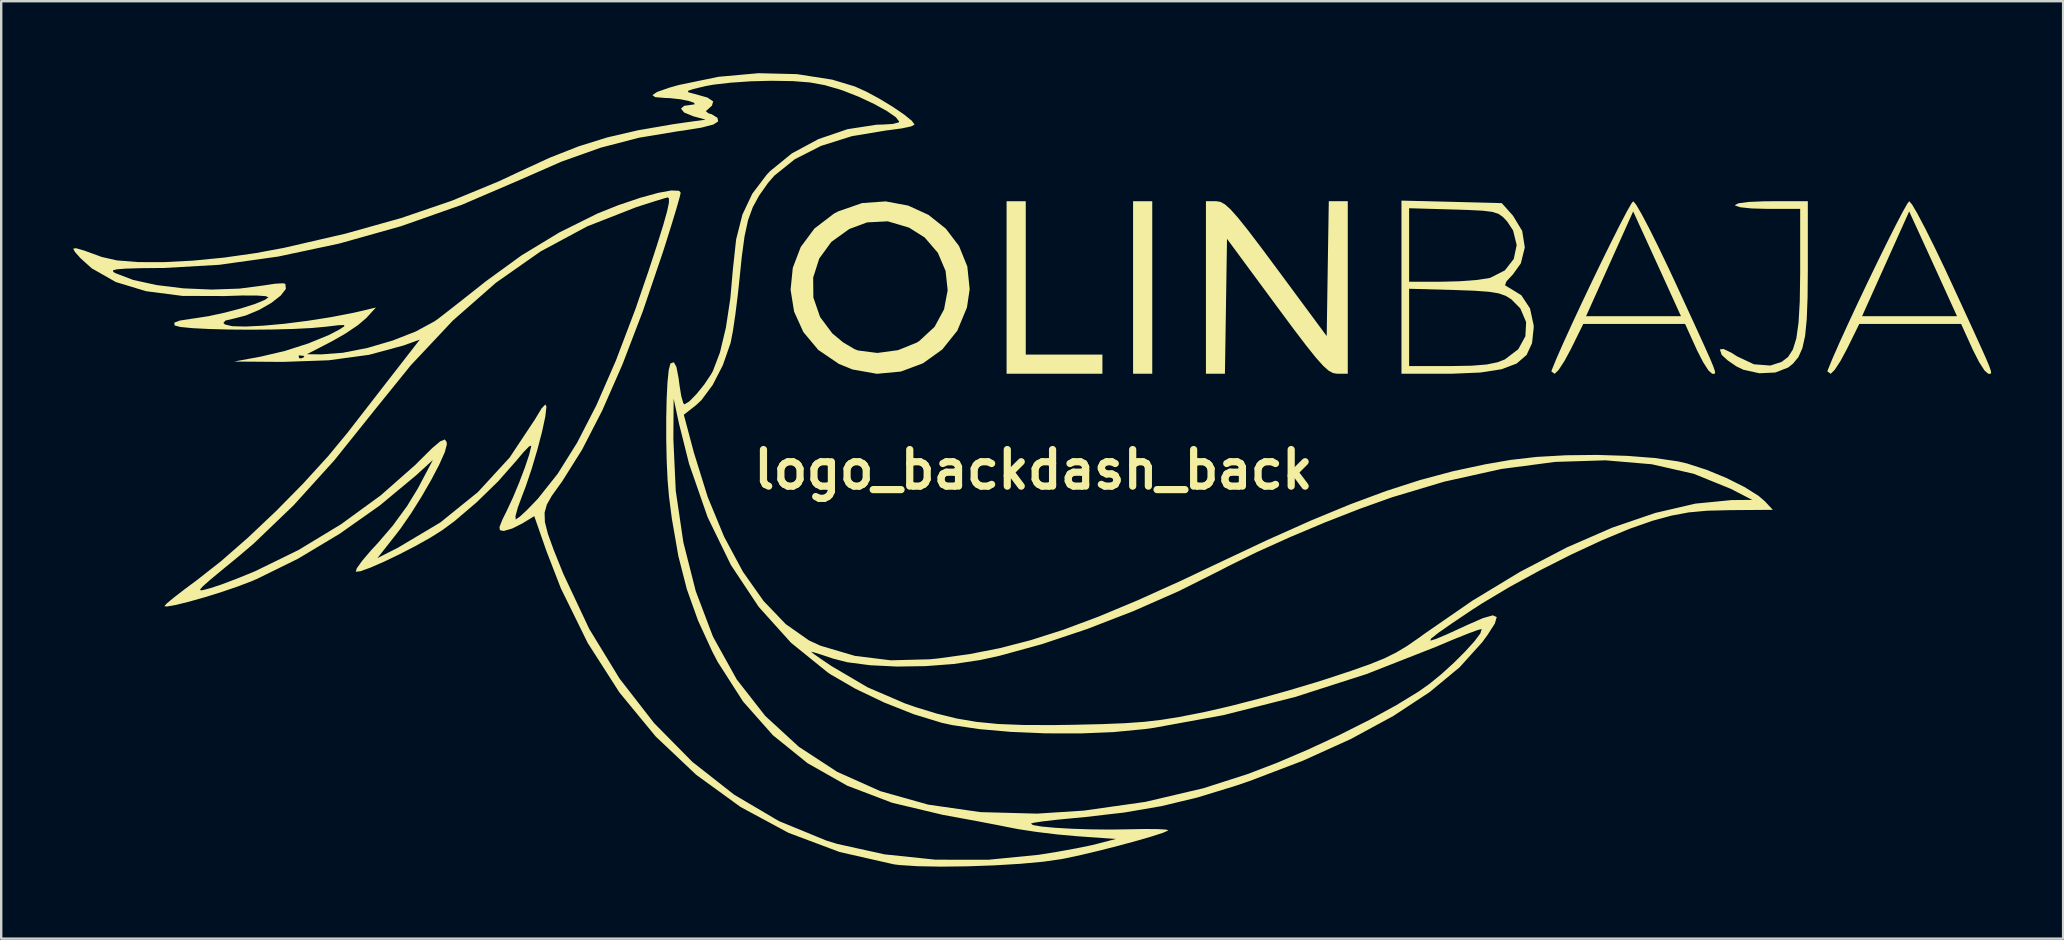
<source format=kicad_pcb>
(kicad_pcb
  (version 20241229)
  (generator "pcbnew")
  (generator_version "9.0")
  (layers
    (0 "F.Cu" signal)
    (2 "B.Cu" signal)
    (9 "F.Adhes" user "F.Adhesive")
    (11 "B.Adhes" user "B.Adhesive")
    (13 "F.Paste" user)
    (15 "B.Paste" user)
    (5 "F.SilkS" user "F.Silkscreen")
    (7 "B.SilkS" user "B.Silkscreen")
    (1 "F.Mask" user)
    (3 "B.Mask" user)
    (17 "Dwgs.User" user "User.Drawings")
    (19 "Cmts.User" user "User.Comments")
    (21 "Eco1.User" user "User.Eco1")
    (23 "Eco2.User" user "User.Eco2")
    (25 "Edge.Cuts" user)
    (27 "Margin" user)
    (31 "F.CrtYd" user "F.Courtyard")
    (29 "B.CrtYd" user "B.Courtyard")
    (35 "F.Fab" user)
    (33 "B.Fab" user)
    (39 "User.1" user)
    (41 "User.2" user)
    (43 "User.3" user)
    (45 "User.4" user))
  (footprint "logo_backdash_back"
    (layer "F.Cu")
    (at 40.011 16.517)
    (property "Reference" "logo_backdash_back" (at 0 0 0) (layer "F.SilkS") (effects (font (size 1.524 1.524) (thickness 0.3))))
    (attr through_hole)
    (fp_poly (pts (xy 4.952 -3.994) (xy 4.153 -3.994) (xy 4.153 -11.182) (xy 4.952 -11.182)) (stroke (width 0) (type solid)) (fill yes) (layer "F.SilkS"))
    (fp_poly (pts (xy -0.319 -4.792) (xy 2.875 -4.792) (xy 2.875 -3.994) (xy -1.118 -3.994) (xy -1.118 -11.182) (xy -0.319 -11.182)) (stroke (width 0) (type solid)) (fill yes) (layer "F.SilkS"))
    (fp_poly (pts (xy 13.099 -3.994) (xy 12.656 -3.994) (xy 12.49 -4.02) (xy 12.305 -4.119) (xy 12.075 -4.323) (xy 11.772 -4.662) (xy 11.367 -5.168) (xy 10.832 -5.871) (xy 10.14 -6.804) (xy 10.14 -6.804) (xy 8.067 -9.615) (xy 7.98 -3.994) (xy 7.189 -3.994) (xy 7.189 -11.182) (xy 7.628 -11.182) (xy 7.794 -11.155) (xy 7.98 -11.052) (xy 8.213 -10.843) (xy 8.522 -10.497) (xy 8.934 -9.983) (xy 9.477 -9.269) (xy 10.144 -8.372) (xy 12.221 -5.563) (xy 12.264 -8.373) (xy 12.308 -11.182) (xy 13.099 -11.182)) (stroke (width 0) (type solid)) (fill yes) (layer "F.SilkS"))
    (fp_poly (pts (xy 32.269 -8.382) (xy 32.259 -7.184) (xy 32.224 -6.261) (xy 32.155 -5.567) (xy 32.042 -5.058) (xy 31.877 -4.688) (xy 31.651 -4.414) (xy 31.452 -4.254) (xy 30.916 -4.045) (xy 30.25 -4.014) (xy 29.589 -4.158) (xy 29.291 -4.301) (xy 28.927 -4.552) (xy 28.692 -4.768) (xy 28.676 -4.79) (xy 28.603 -5.006) (xy 28.755 -5.027) (xy 29.105 -4.857) (xy 29.317 -4.72) (xy 30.022 -4.388) (xy 30.707 -4.335) (xy 31.175 -4.486) (xy 31.444 -4.69) (xy 31.646 -5.004) (xy 31.79 -5.467) (xy 31.882 -6.121) (xy 31.933 -7.008) (xy 31.95 -8.168) (xy 31.95 -8.302) (xy 31.95 -10.863) (xy 30.592 -10.863) (xy 29.931 -10.881) (xy 29.462 -10.929) (xy 29.243 -11.002) (xy 29.234 -11.023) (xy 29.385 -11.098) (xy 29.807 -11.152) (xy 30.449 -11.18) (xy 30.752 -11.182) (xy 32.269 -11.182)) (stroke (width 0) (type solid)) (fill yes) (layer "F.SilkS"))
    (fp_poly (pts (xy 25.112 -11.043) (xy 25.34 -10.653) (xy 25.657 -10.052) (xy 26.041 -9.281) (xy 26.473 -8.38) (xy 26.749 -7.788) (xy 27.278 -6.638) (xy 27.688 -5.747) (xy 27.991 -5.081) (xy 28.202 -4.608) (xy 28.332 -4.295) (xy 28.396 -4.109) (xy 28.406 -4.019) (xy 28.375 -3.991) (xy 28.317 -3.992) (xy 28.283 -3.994) (xy 28.129 -4.129) (xy 27.901 -4.485) (xy 27.645 -4.987) (xy 27.625 -5.032) (xy 27.154 -6.07) (xy 22.913 -6.07) (xy 22.401 -5.032) (xy 22.128 -4.525) (xy 21.887 -4.155) (xy 21.724 -3.995) (xy 21.714 -3.994) (xy 21.585 -4.088) (xy 21.593 -4.134) (xy 21.79 -4.616) (xy 22.078 -5.271) (xy 22.434 -6.052) (xy 22.592 -6.39) (xy 23.028 -6.39) (xy 26.984 -6.39) (xy 26.53 -7.388) (xy 26.227 -8.055) (xy 25.868 -8.842) (xy 25.534 -9.572) (xy 24.991 -10.757) (xy 23.028 -6.39) (xy 22.592 -6.39) (xy 22.835 -6.912) (xy 23.259 -7.804) (xy 23.682 -8.68) (xy 24.083 -9.494) (xy 24.437 -10.197) (xy 24.723 -10.744) (xy 24.918 -11.087) (xy 24.993 -11.182)) (stroke (width 0) (type solid)) (fill yes) (layer "F.SilkS"))
    (fp_poly (pts (xy 36.614 -11.043) (xy 36.842 -10.653) (xy 37.158 -10.052) (xy 37.543 -9.281) (xy 37.975 -8.38) (xy 38.25 -7.788) (xy 38.78 -6.638) (xy 39.19 -5.747) (xy 39.493 -5.081) (xy 39.704 -4.608) (xy 39.834 -4.295) (xy 39.897 -4.109) (xy 39.907 -4.019) (xy 39.877 -3.991) (xy 39.819 -3.992) (xy 39.784 -3.994) (xy 39.631 -4.129) (xy 39.403 -4.485) (xy 39.147 -4.987) (xy 39.127 -5.032) (xy 38.656 -6.07) (xy 34.414 -6.07) (xy 33.902 -5.032) (xy 33.63 -4.525) (xy 33.388 -4.155) (xy 33.226 -3.995) (xy 33.216 -3.994) (xy 33.087 -4.088) (xy 33.095 -4.134) (xy 33.292 -4.616) (xy 33.58 -5.271) (xy 33.936 -6.052) (xy 34.094 -6.39) (xy 34.529 -6.39) (xy 38.486 -6.39) (xy 38.032 -7.388) (xy 37.729 -8.055) (xy 37.37 -8.842) (xy 37.036 -9.572) (xy 36.492 -10.757) (xy 34.529 -6.39) (xy 34.094 -6.39) (xy 34.337 -6.912) (xy 34.761 -7.804) (xy 35.184 -8.68) (xy 35.585 -9.494) (xy 35.939 -10.197) (xy 36.225 -10.744) (xy 36.42 -11.087) (xy 36.495 -11.182)) (stroke (width 0) (type solid)) (fill yes) (layer "F.SilkS"))
    (fp_poly (pts (xy -5.219 -11.001) (xy -4.372 -10.613) (xy -3.652 -10.041) (xy -3.099 -9.315) (xy -2.754 -8.463) (xy -2.656 -7.516) (xy -2.769 -6.755) (xy -3.171 -5.788) (xy -3.798 -5.005) (xy -4.599 -4.43) (xy -5.523 -4.085) (xy -6.521 -3.991) (xy -7.541 -4.172) (xy -8.103 -4.401) (xy -8.964 -4.986) (xy -9.587 -5.731) (xy -9.972 -6.583) (xy -10.118 -7.492) (xy -10.067 -8.002) (xy -9.177 -8.002) (xy -9.169 -7.169) (xy -8.889 -6.357) (xy -8.379 -5.674) (xy -7.932 -5.303) (xy -7.463 -5.024) (xy -7.307 -4.963) (xy -6.502 -4.86) (xy -5.637 -4.977) (xy -4.857 -5.293) (xy -4.762 -5.353) (xy -4.118 -5.949) (xy -3.724 -6.676) (xy -3.573 -7.473) (xy -3.66 -8.279) (xy -3.981 -9.032) (xy -4.529 -9.67) (xy -5.179 -10.081) (xy -6.069 -10.345) (xy -6.932 -10.3) (xy -7.673 -10.024) (xy -8.42 -9.488) (xy -8.924 -8.794) (xy -9.177 -8.002) (xy -10.067 -8.002) (xy -10.027 -8.406) (xy -9.696 -9.273) (xy -9.127 -10.042) (xy -8.319 -10.661) (xy -8.13 -10.761) (xy -7.138 -11.105) (xy -6.155 -11.175)) (stroke (width 0) (type solid)) (fill yes) (layer "F.SilkS"))
    (fp_poly (pts (xy 19.516 -11.103) (xy 19.982 -10.581) (xy 20.367 -9.945) (xy 20.476 -9.257) (xy 20.311 -8.595) (xy 19.986 -8.14) (xy 19.71 -7.841) (xy 19.651 -7.682) (xy 19.786 -7.595) (xy 19.801 -7.591) (xy 20.33 -7.265) (xy 20.693 -6.715) (xy 20.845 -6.011) (xy 20.847 -5.915) (xy 20.778 -5.27) (xy 20.551 -4.777) (xy 20.136 -4.419) (xy 19.503 -4.18) (xy 18.623 -4.044) (xy 17.464 -3.995) (xy 17.258 -3.994) (xy 15.336 -3.994) (xy 15.336 -4.313) (xy 15.655 -4.313) (xy 17.373 -4.313) (xy 18.253 -4.328) (xy 18.887 -4.379) (xy 19.346 -4.473) (xy 19.649 -4.593) (xy 20.203 -5.015) (xy 20.5 -5.556) (xy 20.531 -6.145) (xy 20.29 -6.714) (xy 19.916 -7.093) (xy 19.678 -7.241) (xy 19.385 -7.343) (xy 18.971 -7.41) (xy 18.369 -7.453) (xy 17.561 -7.482) (xy 15.655 -7.535) (xy 15.655 -4.313) (xy 15.336 -4.313) (xy 15.336 -7.828) (xy 15.655 -7.828) (xy 17.053 -7.829) (xy 17.774 -7.848) (xy 18.447 -7.899) (xy 18.953 -7.972) (xy 19.045 -7.995) (xy 19.645 -8.301) (xy 20.016 -8.778) (xy 20.137 -9.357) (xy 19.987 -9.966) (xy 19.743 -10.335) (xy 19.564 -10.527) (xy 19.377 -10.657) (xy 19.116 -10.739) (xy 18.714 -10.788) (xy 18.107 -10.818) (xy 17.507 -10.837) (xy 15.655 -10.89) (xy 15.655 -7.828) (xy 15.336 -7.828) (xy 15.336 -11.208)) (stroke (width 0) (type solid)) (fill yes) (layer "F.SilkS"))
    (fp_poly (pts (xy -9.855 -16.478) (xy -8.385 -16.249) (xy -7.443 -15.965) (xy -6.959 -15.747) (xy -6.406 -15.448) (xy -5.858 -15.115) (xy -5.384 -14.792) (xy -5.059 -14.526) (xy -4.952 -14.374) (xy -5.098 -14.299) (xy -5.484 -14.217) (xy -6.03 -14.143) (xy -6.11 -14.135) (xy -7.557 -13.895) (xy -8.849 -13.488) (xy -9.943 -12.932) (xy -10.795 -12.248) (xy -11.064 -11.936) (xy -11.427 -11.422) (xy -11.695 -10.931) (xy -11.891 -10.391) (xy -12.035 -9.728) (xy -12.152 -8.868) (xy -12.226 -8.145) (xy -12.318 -7.274) (xy -12.421 -6.453) (xy -12.523 -5.768) (xy -12.612 -5.305) (xy -12.623 -5.262) (xy -12.941 -4.349) (xy -13.363 -3.528) (xy -13.836 -2.891) (xy -14.067 -2.676) (xy -14.567 -2.285) (xy -14.146 -0.703) (xy -13.572 1.141) (xy -12.886 2.802) (xy -12.105 4.255) (xy -11.244 5.476) (xy -10.32 6.439) (xy -9.349 7.12) (xy -8.866 7.342) (xy -7.436 7.763) (xy -5.945 7.947) (xy -4.315 7.904) (xy -3.952 7.867) (xy -2.669 7.69) (xy -1.405 7.442) (xy -0.116 7.109) (xy 1.239 6.677) (xy 2.705 6.13) (xy 4.324 5.455) (xy 6.139 4.637) (xy 7.668 3.913) (xy 9.723 2.945) (xy 11.55 2.129) (xy 13.194 1.45) (xy 14.699 0.891) (xy 16.111 0.436) (xy 17.472 0.071) (xy 18.828 -0.22) (xy 19.882 -0.403) (xy 20.967 -0.528) (xy 22.194 -0.597) (xy 23.479 -0.611) (xy 24.74 -0.572) (xy 25.894 -0.482) (xy 26.856 -0.342) (xy 27.237 -0.254) (xy 28.054 0.011) (xy 28.881 0.352) (xy 29.629 0.727) (xy 30.214 1.093) (xy 30.468 1.311) (xy 30.812 1.677) (xy 29.024 1.69) (xy 28.071 1.714) (xy 27.304 1.784) (xy 26.59 1.918) (xy 25.799 2.132) (xy 24.83 2.471) (xy 23.674 2.953) (xy 22.407 3.542) (xy 21.105 4.2) (xy 19.845 4.888) (xy 18.702 5.571) (xy 18.291 5.836) (xy 17.45 6.4) (xy 16.878 6.799) (xy 16.573 7.04) (xy 16.533 7.127) (xy 16.756 7.065) (xy 17.24 6.861) (xy 17.983 6.519) (xy 18.052 6.487) (xy 18.728 6.191) (xy 19.143 6.073) (xy 19.306 6.145) (xy 19.227 6.417) (xy 18.916 6.901) (xy 18.698 7.198) (xy 17.758 8.239) (xy 16.519 9.265) (xy 15.003 10.264) (xy 13.232 11.224) (xy 11.225 12.133) (xy 9.004 12.979) (xy 8.387 13.189) (xy 6.839 13.662) (xy 5.348 14.021) (xy 3.799 14.288) (xy 2.073 14.488) (xy 1.704 14.521) (xy 0.994 14.589) (xy 0.41 14.656) (xy 0.021 14.714) (xy -0.105 14.749) (xy -0.02 14.812) (xy 0.328 14.872) (xy 0.881 14.924) (xy 1.58 14.965) (xy 2.369 14.991) (xy 3.191 15) (xy 3.946 14.989) (xy 4.646 14.976) (xy 5.196 14.981) (xy 5.54 15.002) (xy 5.624 15.035) (xy 5.405 15.133) (xy 4.941 15.283) (xy 4.301 15.469) (xy 3.552 15.672) (xy 2.761 15.874) (xy 1.996 16.056) (xy 1.324 16.201) (xy 1.16 16.232) (xy 0.407 16.34) (xy -0.552 16.427) (xy -1.637 16.492) (xy -2.764 16.532) (xy -3.853 16.545) (xy -4.821 16.527) (xy -5.586 16.478) (xy -5.817 16.448) (xy -8.072 15.936) (xy -10.205 15.136) (xy -12.203 14.059) (xy -14.051 12.718) (xy -15.737 11.124) (xy -17.248 9.29) (xy -18.571 7.226) (xy -19.691 4.947) (xy -20.29 3.399) (xy -20.799 1.941) (xy -21.302 2.248) (xy -21.714 2.454) (xy -22.057 2.554) (xy -22.088 2.555) (xy -22.231 2.526) (xy -22.248 2.393) (xy -22.131 2.094) (xy -21.947 1.721) (xy -21.692 1.175) (xy -21.429 0.545) (xy -21.192 -0.079) (xy -21.015 -0.609) (xy -20.93 -0.956) (xy -20.927 -0.998) (xy -21.015 -0.964) (xy -21.246 -0.728) (xy -21.543 -0.374) (xy -22.302 0.488) (xy -23.204 1.367) (xy -24.127 2.153) (xy -24.64 2.53) (xy -25.138 2.843) (xy -25.751 3.186) (xy -26.413 3.528) (xy -27.058 3.838) (xy -27.621 4.083) (xy -28.036 4.234) (xy -28.236 4.257) (xy -28.195 4.114) (xy -27.968 3.798) (xy -27.598 3.363) (xy -27.327 3.072) (xy -26.696 2.339) (xy -26.096 1.517) (xy -25.651 0.787) (xy -25.023 -0.399) (xy -25.731 0.246) (xy -27.235 1.496) (xy -28.909 2.675) (xy -30.648 3.717) (xy -32.35 4.554) (xy -32.557 4.643) (xy -33.14 4.866) (xy -33.818 5.098) (xy -34.522 5.317) (xy -35.183 5.504) (xy -35.732 5.64) (xy -36.1 5.704) (xy -36.214 5.693) (xy -36.117 5.582) (xy -35.81 5.327) (xy -35.384 4.999) (xy -34.726 4.999) (xy -34.688 5.035) (xy -34.523 5.002) (xy -34.286 4.937) (xy -33.856 4.796) (xy -33.248 4.567) (xy -32.577 4.296) (xy -32.413 4.227) (xy -30.621 3.35) (xy -28.852 2.279) (xy -27.201 1.078) (xy -25.761 -0.19) (xy -25.565 -0.387) (xy -25.053 -0.893) (xy -24.718 -1.176) (xy -24.527 -1.255) (xy -24.449 -1.149) (xy -24.442 -1.047) (xy -24.526 -0.728) (xy -24.755 -0.214) (xy -25.091 0.427) (xy -25.495 1.128) (xy -25.93 1.821) (xy -26.357 2.439) (xy -26.512 2.643) (xy -27.333 3.688) (xy -26.486 3.259) (xy -24.711 2.202) (xy -23.148 0.939) (xy -21.824 -0.503) (xy -20.769 -2.093) (xy -20.493 -2.552) (xy -20.334 -2.715) (xy -20.291 -2.621) (xy -20.339 -2.206) (xy -20.474 -1.578) (xy -20.671 -0.825) (xy -20.905 -0.035) (xy -21.155 0.704) (xy -21.3 1.083) (xy -21.484 1.58) (xy -21.581 1.936) (xy -21.573 2.077) (xy -21.571 2.077) (xy -21.406 1.967) (xy -21.094 1.677) (xy -20.698 1.266) (xy -20.645 1.209) (xy -19.825 0.177) (xy -19.015 -1.116) (xy -18.209 -2.683) (xy -17.4 -4.537) (xy -16.583 -6.689) (xy -16.039 -8.273) (xy -15.684 -9.358) (xy -15.429 -10.173) (xy -15.267 -10.748) (xy -15.189 -11.114) (xy -15.188 -11.301) (xy -15.236 -11.342) (xy -15.404 -11.296) (xy -15.802 -11.174) (xy -16.352 -10.998) (xy -16.554 -10.933) (xy -18.594 -10.134) (xy -20.534 -9.091) (xy -22.393 -7.788) (xy -24.191 -6.21) (xy -25.948 -4.341) (xy -27.41 -2.532) (xy -29.129 -0.388) (xy -30.829 1.49) (xy -32.489 3.082) (xy -33.132 3.629) (xy -33.84 4.209) (xy -34.326 4.613) (xy -34.613 4.867) (xy -34.726 4.999) (xy -35.384 4.999) (xy -35.343 4.967) (xy -34.87 4.617) (xy -33.854 3.82) (xy -32.725 2.833) (xy -31.557 1.728) (xy -30.422 0.575) (xy -29.393 -0.554) (xy -28.595 -1.518) (xy -28.012 -2.269) (xy -27.389 -3.072) (xy -26.814 -3.813) (xy -26.483 -4.238) (xy -25.57 -5.414) (xy -26.244 -5.172) (xy -27.679 -4.783) (xy -29.37 -4.554) (xy -31.285 -4.487) (xy -33.308 -4.502) (xy -32.189 -4.709) (xy -32.062 -4.739) (xy -30.618 -4.739) (xy -30.597 -4.644) (xy -30.512 -4.633) (xy -30.38 -4.691) (xy -30.405 -4.739) (xy -30.595 -4.758) (xy -30.618 -4.739) (xy -32.062 -4.739) (xy -31.205 -4.94) (xy -30.217 -5.255) (xy -29.348 -5.611) (xy -28.914 -5.839) (xy -28.72 -5.966) (xy -28.717 -6.023) (xy -28.947 -6.017) (xy -29.451 -5.957) (xy -29.474 -5.954) (xy -30.072 -5.899) (xy -30.835 -5.86) (xy -31.704 -5.837) (xy -32.619 -5.829) (xy -33.519 -5.836) (xy -34.345 -5.858) (xy -35.037 -5.893) (xy -35.535 -5.941) (xy -35.779 -6.003) (xy -35.786 -6.009) (xy -35.799 -6.121) (xy -35.562 -6.211) (xy -35.042 -6.291) (xy -34.981 -6.298) (xy -34.363 -6.394) (xy -33.678 -6.543) (xy -33.006 -6.72) (xy -32.428 -6.904) (xy -32.022 -7.072) (xy -31.876 -7.178) (xy -31.99 -7.227) (xy -32.37 -7.253) (xy -32.964 -7.254) (xy -33.696 -7.231) (xy -35.462 -7.237) (xy -36.976 -7.433) (xy -38.235 -7.815) (xy -39.089 -8.301) (xy -38.356 -8.301) (xy -38.339 -8.236) (xy -38.261 -8.188) (xy -37.514 -7.903) (xy -36.539 -7.689) (xy -35.419 -7.552) (xy -34.24 -7.501) (xy -33.086 -7.541) (xy -32.105 -7.669) (xy -31.619 -7.743) (xy -31.273 -7.763) (xy -31.171 -7.741) (xy -31.148 -7.531) (xy -31.364 -7.251) (xy -31.755 -6.945) (xy -32.26 -6.655) (xy -32.816 -6.422) (xy -33.285 -6.3) (xy -33.665 -6.211) (xy -33.753 -6.111) (xy -33.688 -6.047) (xy -33.387 -5.975) (xy -32.833 -5.96) (xy -32.083 -5.997) (xy -31.198 -6.078) (xy -30.236 -6.2) (xy -29.257 -6.354) (xy -28.32 -6.536) (xy -27.876 -6.638) (xy -27.397 -6.754) (xy -27.796 -6.317) (xy -28.144 -6.02) (xy -28.667 -5.667) (xy -29.234 -5.343) (xy -30.272 -4.808) (xy -29.681 -4.8) (xy -28.775 -4.868) (xy -27.747 -5.07) (xy -26.7 -5.377) (xy -25.736 -5.755) (xy -24.961 -6.174) (xy -24.796 -6.291) (xy -24.385 -6.609) (xy -23.816 -7.055) (xy -23.179 -7.558) (xy -22.814 -7.848) (xy -21.33 -8.925) (xy -19.747 -9.885) (xy -18.171 -10.667) (xy -17.308 -11.013) (xy -16.393 -11.322) (xy -15.641 -11.53) (xy -15.086 -11.631) (xy -14.764 -11.617) (xy -14.697 -11.538) (xy -14.744 -11.335) (xy -14.872 -10.885) (xy -15.065 -10.247) (xy -15.306 -9.478) (xy -15.432 -9.081) (xy -16.277 -6.592) (xy -17.124 -4.381) (xy -17.969 -2.456) (xy -18.807 -0.829) (xy -19.635 0.49) (xy -19.767 0.673) (xy -20.072 1.1) (xy -20.273 1.453) (xy -20.369 1.795) (xy -20.356 2.184) (xy -20.23 2.681) (xy -19.99 3.345) (xy -19.631 4.238) (xy -19.578 4.366) (xy -18.509 6.638) (xy -17.245 8.709) (xy -15.806 10.563) (xy -14.208 12.182) (xy -12.468 13.548) (xy -10.606 14.645) (xy -8.637 15.455) (xy -8.181 15.596) (xy -6.209 16.032) (xy -4.081 16.255) (xy -1.88 16.258) (xy 0.219 16.051) (xy 1.009 15.924) (xy 1.778 15.784) (xy 2.408 15.655) (xy 2.636 15.6) (xy 3.435 15.392) (xy 1.837 15.279) (xy 0.991 15.203) (xy 0.113 15.096) (xy -0.651 14.979) (xy -0.879 14.935) (xy -1.524 14.807) (xy -2.356 14.648) (xy -3.247 14.483) (xy -3.774 14.387) (xy -5.883 13.885) (xy -7.759 13.171) (xy -9.412 12.234) (xy -10.855 11.069) (xy -12.098 9.666) (xy -13.154 8.018) (xy -13.379 7.588) (xy -13.978 6.283) (xy -14.442 4.982) (xy -14.797 3.595) (xy -15.068 2.03) (xy -15.184 1.126) (xy -15.243 0.444) (xy -15.281 -0.366) (xy -15.3 -1.242) (xy -15.3 -1.278) (xy -15.003 -1.278) (xy -14.903 0.884) (xy -14.587 3.026) (xy -14.07 5.065) (xy -13.369 6.917) (xy -13.334 6.993) (xy -12.361 8.746) (xy -11.172 10.267) (xy -9.774 11.551) (xy -8.172 12.597) (xy -6.373 13.401) (xy -4.383 13.961) (xy -2.207 14.273) (xy 0.148 14.336) (xy 2.1 14.21) (xy 4.66 13.847) (xy 7.087 13.277) (xy 8.931 12.685) (xy 10.158 12.215) (xy 11.457 11.66) (xy 12.761 11.054) (xy 14.004 10.429) (xy 15.12 9.818) (xy 16.041 9.255) (xy 16.493 8.937) (xy 16.999 8.525) (xy 17.514 8.057) (xy 17.989 7.583) (xy 18.375 7.157) (xy 18.621 6.83) (xy 18.679 6.654) (xy 18.673 6.647) (xy 18.512 6.686) (xy 18.115 6.832) (xy 17.542 7.061) (xy 16.85 7.352) (xy 16.774 7.385) (xy 13.883 8.519) (xy 10.902 9.476) (xy 7.922 10.231) (xy 5.031 10.759) (xy 4.633 10.814) (xy 3.371 10.935) (xy 1.968 10.994) (xy 0.507 10.991) (xy -0.928 10.931) (xy -2.253 10.815) (xy -3.385 10.646) (xy -3.817 10.552) (xy -4.978 10.197) (xy -6.222 9.704) (xy -7.421 9.131) (xy -8.45 8.534) (xy -8.574 8.451) (xy -9.638 7.59) (xy -9.265 7.59) (xy -9.144 7.688) (xy -8.825 7.911) (xy -8.414 8.188) (xy -6.909 9.073) (xy -5.345 9.746) (xy -4.899 9.9) (xy -4.018 10.17) (xy -3.197 10.372) (xy -2.37 10.513) (xy -1.467 10.601) (xy -0.421 10.642) (xy 0.836 10.646) (xy 1.677 10.634) (xy 2.861 10.606) (xy 3.809 10.568) (xy 4.603 10.512) (xy 5.327 10.428) (xy 6.064 10.31) (xy 6.896 10.148) (xy 7.208 10.084) (xy 8.21 9.853) (xy 9.391 9.549) (xy 10.628 9.206) (xy 11.799 8.856) (xy 12.24 8.716) (xy 13.247 8.383) (xy 14.016 8.112) (xy 14.615 7.87) (xy 15.11 7.626) (xy 15.57 7.351) (xy 16.061 7.011) (xy 16.291 6.844) (xy 18.282 5.469) (xy 20.272 4.264) (xy 22.228 3.243) (xy 24.12 2.419) (xy 25.914 1.806) (xy 27.58 1.419) (xy 29.085 1.271) (xy 29.143 1.27) (xy 29.953 1.263) (xy 29.062 0.803) (xy 27.515 0.175) (xy 25.766 -0.222) (xy 23.835 -0.386) (xy 21.738 -0.32) (xy 19.493 -0.024) (xy 17.12 0.503) (xy 14.949 1.153) (xy 13.608 1.631) (xy 12.154 2.2) (xy 10.685 2.818) (xy 9.3 3.444) (xy 8.099 4.035) (xy 7.841 4.171) (xy 6.066 5.061) (xy 4.172 5.895) (xy 2.24 6.643) (xy 0.354 7.274) (xy -1.404 7.757) (xy -2.221 7.936) (xy -3.315 8.1) (xy -4.499 8.19) (xy -5.69 8.207) (xy -6.803 8.153) (xy -7.756 8.028) (xy -8.347 7.877) (xy -8.828 7.715) (xy -9.16 7.612) (xy -9.265 7.59) (xy -9.638 7.59) (xy -10.102 7.215) (xy -11.447 5.72) (xy -12.606 3.974) (xy -13.575 1.984) (xy -14.349 -0.243) (xy -14.768 -1.917) (xy -14.991 -2.955) (xy -15.003 -1.278) (xy -15.3 -1.278) (xy -15.3 -2.121) (xy -15.283 -2.94) (xy -15.248 -3.637) (xy -15.196 -4.148) (xy -15.129 -4.411) (xy -15.119 -4.424) (xy -14.983 -4.472) (xy -14.877 -4.283) (xy -14.787 -3.824) (xy -14.75 -3.536) (xy -14.676 -3.074) (xy -14.592 -2.776) (xy -14.545 -2.716) (xy -14.343 -2.836) (xy -14.042 -3.142) (xy -13.715 -3.546) (xy -13.434 -3.966) (xy -13.356 -4.107) (xy -13.061 -4.882) (xy -12.814 -5.914) (xy -12.628 -7.142) (xy -12.525 -8.321) (xy -12.388 -9.589) (xy -12.126 -10.623) (xy -11.714 -11.495) (xy -11.124 -12.274) (xy -10.975 -12.434) (xy -10.066 -13.175) (xy -8.956 -13.772) (xy -7.743 -14.185) (xy -6.53 -14.371) (xy -6.277 -14.377) (xy -5.86 -14.402) (xy -5.617 -14.465) (xy -5.591 -14.497) (xy -5.73 -14.681) (xy -6.1 -14.938) (xy -6.632 -15.232) (xy -7.259 -15.527) (xy -7.911 -15.784) (xy -8.067 -15.837) (xy -8.698 -16.02) (xy -9.316 -16.132) (xy -10.03 -16.188) (xy -10.943 -16.201) (xy -11.784 -16.179) (xy -12.621 -16.121) (xy -13.335 -16.039) (xy -13.658 -15.98) (xy -14.167 -15.859) (xy -14.396 -15.781) (xy -14.378 -15.722) (xy -14.148 -15.66) (xy -14.124 -15.654) (xy -13.582 -15.502) (xy -13.344 -15.342) (xy -13.396 -15.161) (xy -13.478 -15.091) (xy -13.649 -14.934) (xy -13.538 -14.844) (xy -13.406 -14.807) (xy -13.165 -14.657) (xy -13.136 -14.508) (xy -13.334 -14.379) (xy -13.833 -14.249) (xy -14.61 -14.124) (xy -14.79 -14.101) (xy -16.43 -13.829) (xy -18.026 -13.415) (xy -19.668 -12.831) (xy -21.406 -12.068) (xy -23.82 -11.032) (xy -26.344 -10.144) (xy -28.913 -9.421) (xy -31.462 -8.878) (xy -33.922 -8.533) (xy -36.229 -8.401) (xy -36.293 -8.401) (xy -37.199 -8.392) (xy -37.822 -8.374) (xy -38.195 -8.345) (xy -38.356 -8.301) (xy -39.089 -8.301) (xy -39.237 -8.385) (xy -39.703 -8.804) (xy -39.938 -9.067) (xy -40.011 -9.207) (xy -39.89 -9.224) (xy -39.541 -9.122) (xy -38.933 -8.901) (xy -38.819 -8.859) (xy -38.192 -8.717) (xy -37.311 -8.646) (xy -36.235 -8.644) (xy -35.018 -8.707) (xy -33.72 -8.834) (xy -32.396 -9.022) (xy -31.231 -9.239) (xy -28.659 -9.833) (xy -26.347 -10.481) (xy -24.24 -11.201) (xy -22.28 -12.01) (xy -21.486 -12.382) (xy -20.16 -12.993) (xy -18.951 -13.469) (xy -17.757 -13.841) (xy -16.48 -14.138) (xy -15.017 -14.39) (xy -14.457 -14.471) (xy -13.658 -14.582) (xy -14.178 -14.724) (xy -14.556 -14.88) (xy -14.686 -15.042) (xy -14.549 -15.159) (xy -14.337 -15.187) (xy -14.112 -15.221) (xy -14.14 -15.284) (xy -14.362 -15.361) (xy -14.715 -15.431) (xy -15.137 -15.477) (xy -15.328 -15.484) (xy -15.759 -15.519) (xy -15.877 -15.603) (xy -15.683 -15.734) (xy -15.181 -15.911) (xy -14.777 -16.025) (xy -13.123 -16.367) (xy -11.458 -16.517)) (stroke (width 0) (type solid)) (fill yes) (layer "F.SilkS")))
  (gr_rect
    (start -3 -3)
    (end 82.918 36.062)
    (stroke (width 0.1) (type default))
    (fill no)
    (layer "Edge.Cuts")))
</source>
